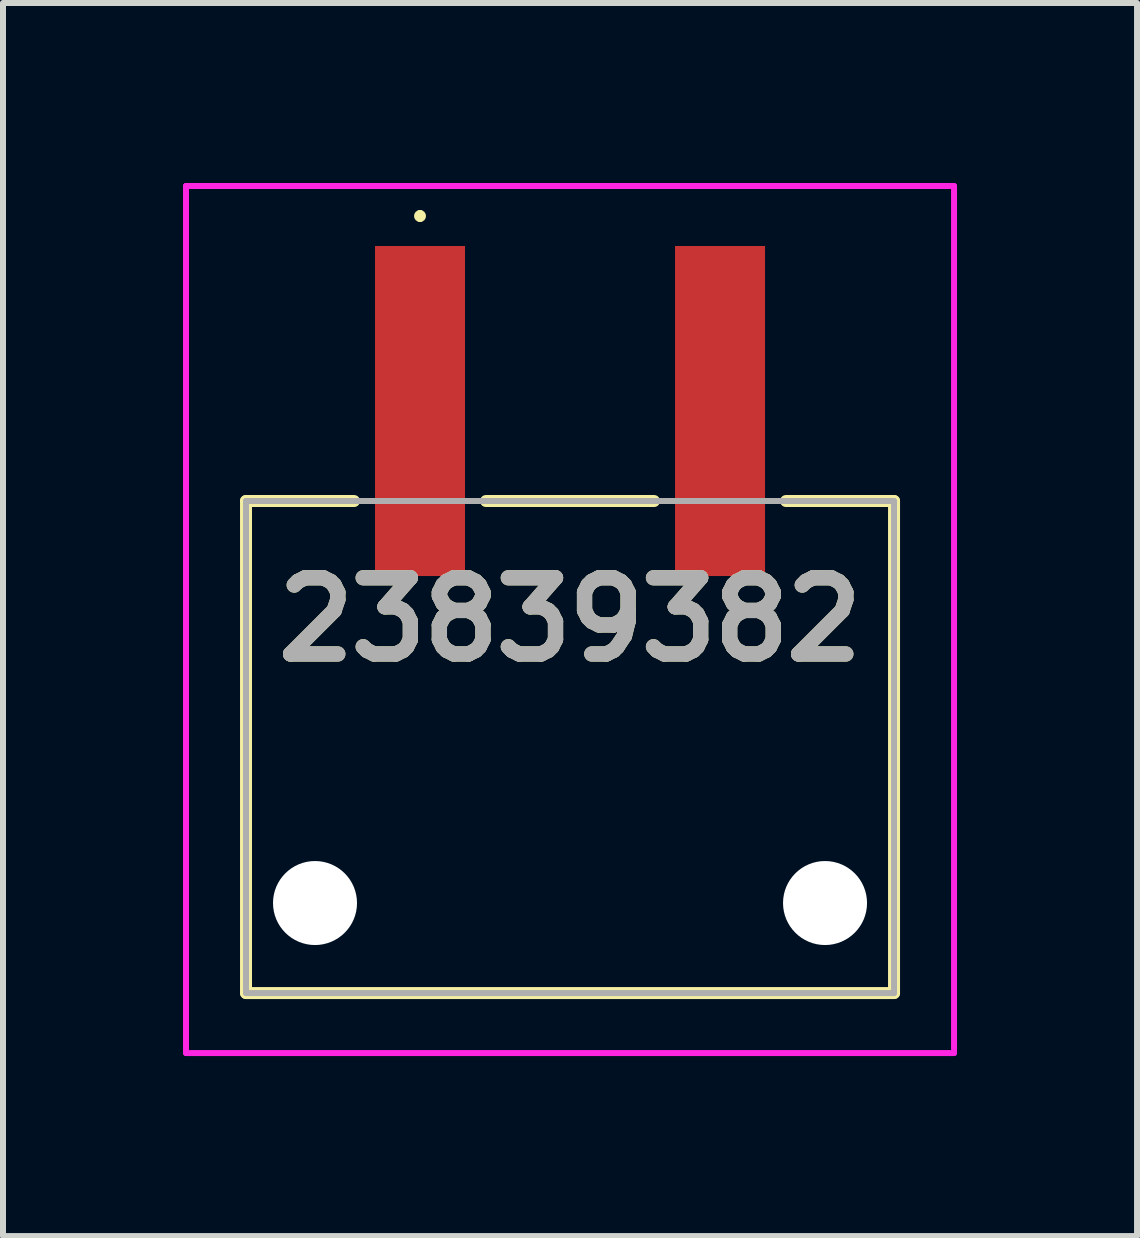
<source format=kicad_pcb>
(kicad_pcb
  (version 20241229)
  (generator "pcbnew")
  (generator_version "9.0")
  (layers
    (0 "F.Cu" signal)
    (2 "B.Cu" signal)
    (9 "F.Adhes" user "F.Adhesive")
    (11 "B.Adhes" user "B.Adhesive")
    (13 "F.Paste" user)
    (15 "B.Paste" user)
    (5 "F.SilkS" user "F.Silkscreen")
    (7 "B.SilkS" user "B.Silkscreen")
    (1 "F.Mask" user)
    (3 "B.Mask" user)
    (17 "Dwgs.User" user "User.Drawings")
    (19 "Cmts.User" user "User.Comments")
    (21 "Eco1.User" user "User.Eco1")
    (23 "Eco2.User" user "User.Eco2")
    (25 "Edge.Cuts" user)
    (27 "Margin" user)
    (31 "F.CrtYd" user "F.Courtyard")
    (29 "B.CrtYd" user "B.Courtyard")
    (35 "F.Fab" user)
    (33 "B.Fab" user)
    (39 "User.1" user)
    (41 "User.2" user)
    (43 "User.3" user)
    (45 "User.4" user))
  (footprint "23839382"
    (layer "F.Cu")
    (at 6.45 9.4)
    (property "Reference" "23839382" (at 0 -2.125 0) (layer "F.SilkS") (effects (font (size 1.27 1.27) (thickness 0.254))))
    (attr through_hole)
    (fp_line (start -5.4 -4.1) (end -5.4 4.1) (stroke (width 0.2) (type solid)) (layer "F.SilkS"))
    (fp_line (start -5.4 4.1) (end 5.4 4.1) (stroke (width 0.2) (type solid)) (layer "F.SilkS"))
    (fp_line (start -3.6 -4.1) (end -5.4 -4.1) (stroke (width 0.2) (type solid)) (layer "F.SilkS"))
    (fp_line (start -2.5 -8.9) (end -2.5 -8.9) (stroke (width 0.1) (type solid)) (layer "F.SilkS"))
    (fp_line (start -2.5 -8.8) (end -2.5 -8.8) (stroke (width 0.1) (type solid)) (layer "F.SilkS"))
    (fp_line (start 1.4 -4.1) (end -1.4 -4.1) (stroke (width 0.2) (type solid)) (layer "F.SilkS"))
    (fp_line (start 5.4 -4.1) (end 3.6 -4.1) (stroke (width 0.2) (type solid)) (layer "F.SilkS"))
    (fp_line (start 5.4 4.1) (end 5.4 -4.1) (stroke (width 0.2) (type solid)) (layer "F.SilkS"))
    (fp_arc (start -2.5 -8.9) (mid -2.45 -8.85) (end -2.5 -8.8) (stroke (width 0.1) (type solid)) (layer "F.SilkS"))
    (fp_arc (start -2.5 -8.8) (mid -2.55 -8.85) (end -2.5 -8.9) (stroke (width 0.1) (type solid)) (layer "F.SilkS"))
    (fp_line (start -6.4 -9.35) (end 6.4 -9.35) (stroke (width 0.1) (type solid)) (layer "F.CrtYd"))
    (fp_line (start -6.4 5.1) (end -6.4 -9.35) (stroke (width 0.1) (type solid)) (layer "F.CrtYd"))
    (fp_line (start 6.4 -9.35) (end 6.4 5.1) (stroke (width 0.1) (type solid)) (layer "F.CrtYd"))
    (fp_line (start 6.4 5.1) (end -6.4 5.1) (stroke (width 0.1) (type solid)) (layer "F.CrtYd"))
    (fp_line (start -5.4 -4.1) (end 5.4 -4.1) (stroke (width 0.1) (type solid)) (layer "F.Fab"))
    (fp_line (start -5.4 4.1) (end -5.4 -4.1) (stroke (width 0.1) (type solid)) (layer "F.Fab"))
    (fp_line (start 5.4 -4.1) (end 5.4 4.1) (stroke (width 0.1) (type solid)) (layer "F.Fab"))
    (fp_line (start 5.4 4.1) (end -5.4 4.1) (stroke (width 0.1) (type solid)) (layer "F.Fab"))
    (fp_text user "${REFERENCE}" (at 0 -2.125 0) (layer "F.Fab") (effects (font (size 1.27 1.27) (thickness 0.254))))
    (pad "" np_thru_hole circle (at -4.25 2.6) (size 1.4 1.4) (drill 1.4) (layers "*.Cu" "*.Mask"))
    (pad "" np_thru_hole circle (at 4.25 2.6) (size 1.4 1.4) (drill 1.4) (layers "*.Cu" "*.Mask"))
    (pad "1" smd rect (at -2.5 -5.6) (size 1.5 5.5) (layers "F.Cu" "F.Mask" "F.Paste"))
    (pad "2" smd rect (at 2.5 -5.6) (size 1.5 5.5) (layers "F.Cu" "F.Mask" "F.Paste")))
  (gr_rect
    (start -3 -3)
    (end 15.9 17.55)
    (stroke (width 0.1) (type default))
    (fill no)
    (layer "Edge.Cuts")))
</source>
